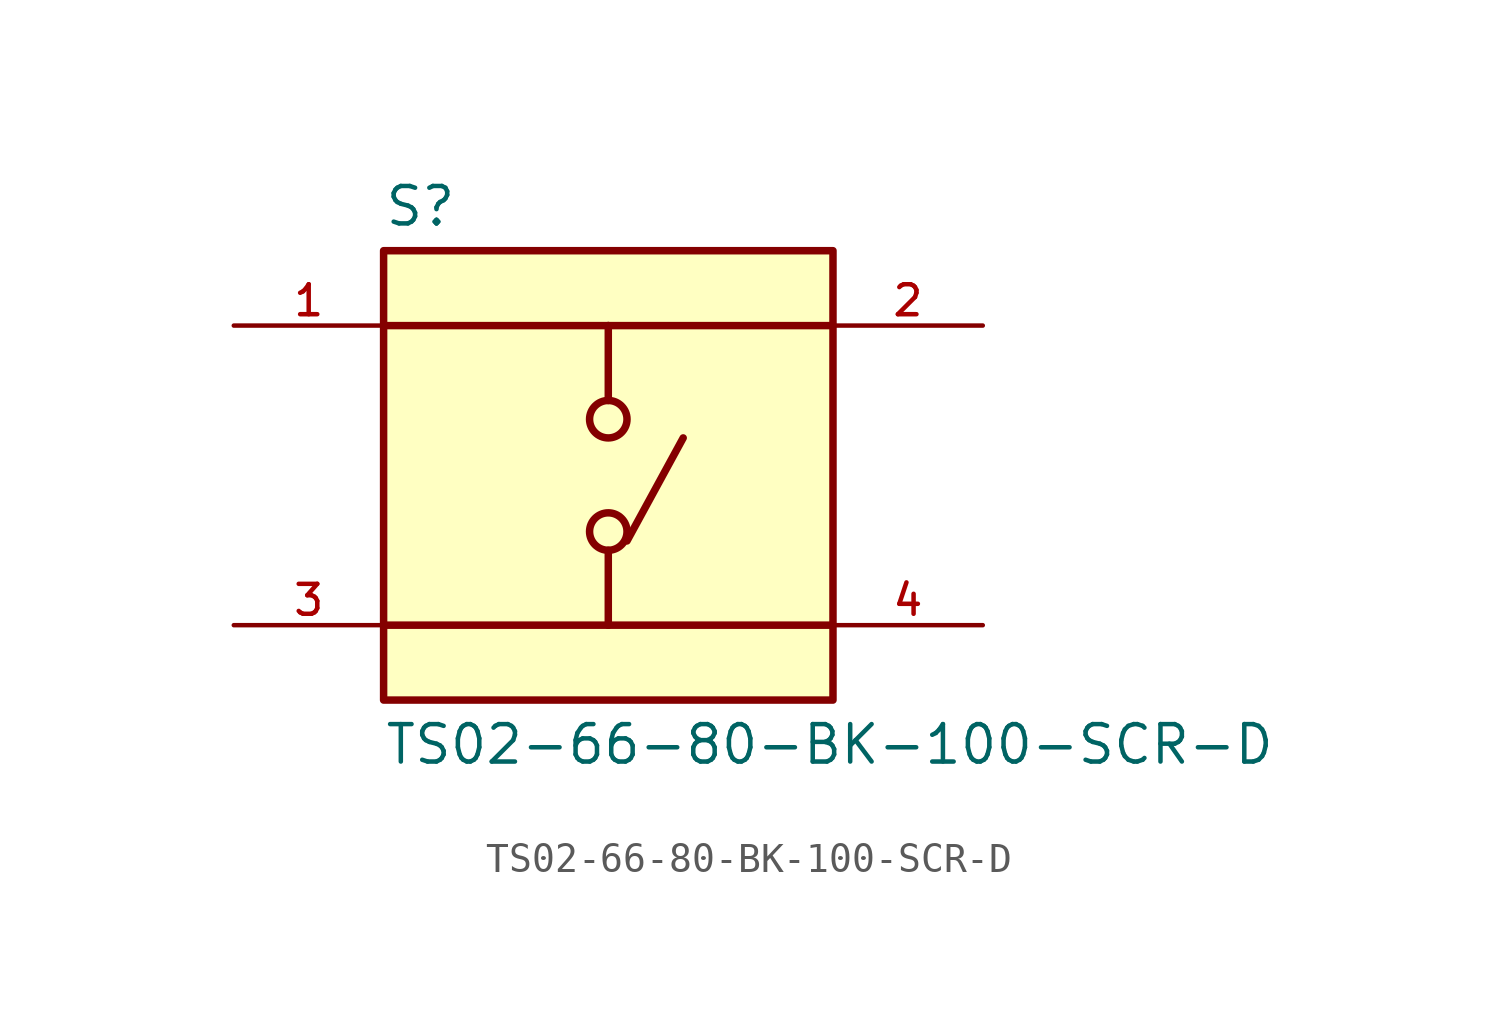
<source format=kicad_sym>
(kicad_symbol_lib
  (version 20211014)
  (generator kicad_symbol_editor)
  (symbol "TS02-66-80-BK-100-SCR-D"
    (pin_names
      (offset 1.016))
    (property "Reference" "S"
      (at -7.62 8.382 0)
      (effects (font (size 1.27 1.27)) (justify bottom left)))
    (property "Value" "TS02-66-80-BK-100-SCR-D"
      (at -7.62 -8.382 0)
      (effects (font (size 1.27 1.27)) (justify top left)))
    (symbol "TS02-66-80-BK-100-SCR-D_0_0"
      (polyline (pts (xy 0.0 5.08) (xy 0.0 2.54)) (stroke (width 0.254)))
      (polyline (pts (xy 0.0 -2.54) (xy 0.0 -5.08)) (stroke (width 0.254)))
      (polyline (pts (xy 0.0 5.08) (xy -7.62 5.08)) (stroke (width 0.254)))
      (polyline (pts (xy 0.0 5.08) (xy 7.62 5.08)) (stroke (width 0.254)))
      (polyline (pts (xy 0.0 -5.08) (xy -7.62 -5.08)) (stroke (width 0.254)))
      (polyline (pts (xy 0.0 -5.08) (xy 7.62 -5.08)) (stroke (width 0.254)))
      (circle (center 0.0 -1.905) (radius 0.635) (stroke (width 0.254)) (fill (type none)))
      (circle (center 0.0 1.905) (radius 0.635) (stroke (width 0.254)) (fill (type none)))
      (polyline (pts (xy 0.635 -2.223) (xy 2.54 1.27)) (stroke (width 0.254)))
      (rectangle (start -7.62 -7.62) (end 7.62 7.62) (stroke (width 0.254)) (fill (type background)))
      (pin passive line (at -12.7 5.08 0) (length 5.08) (name "~" (effects (font (size 1.016 1.016)))) (number "1" (effects (font (size 1.016 1.016)))))
      (pin passive line (at -12.7 -5.08 0) (length 5.08) (name "~" (effects (font (size 1.016 1.016)))) (number "3" (effects (font (size 1.016 1.016)))))
      (pin passive line (at 12.7 5.08 180.0) (length 5.08) (name "~" (effects (font (size 1.016 1.016)))) (number "2" (effects (font (size 1.016 1.016)))))
      (pin passive line (at 12.7 -5.08 180.0) (length 5.08) (name "~" (effects (font (size 1.016 1.016)))) (number "4" (effects (font (size 1.016 1.016))))))))
</source>
